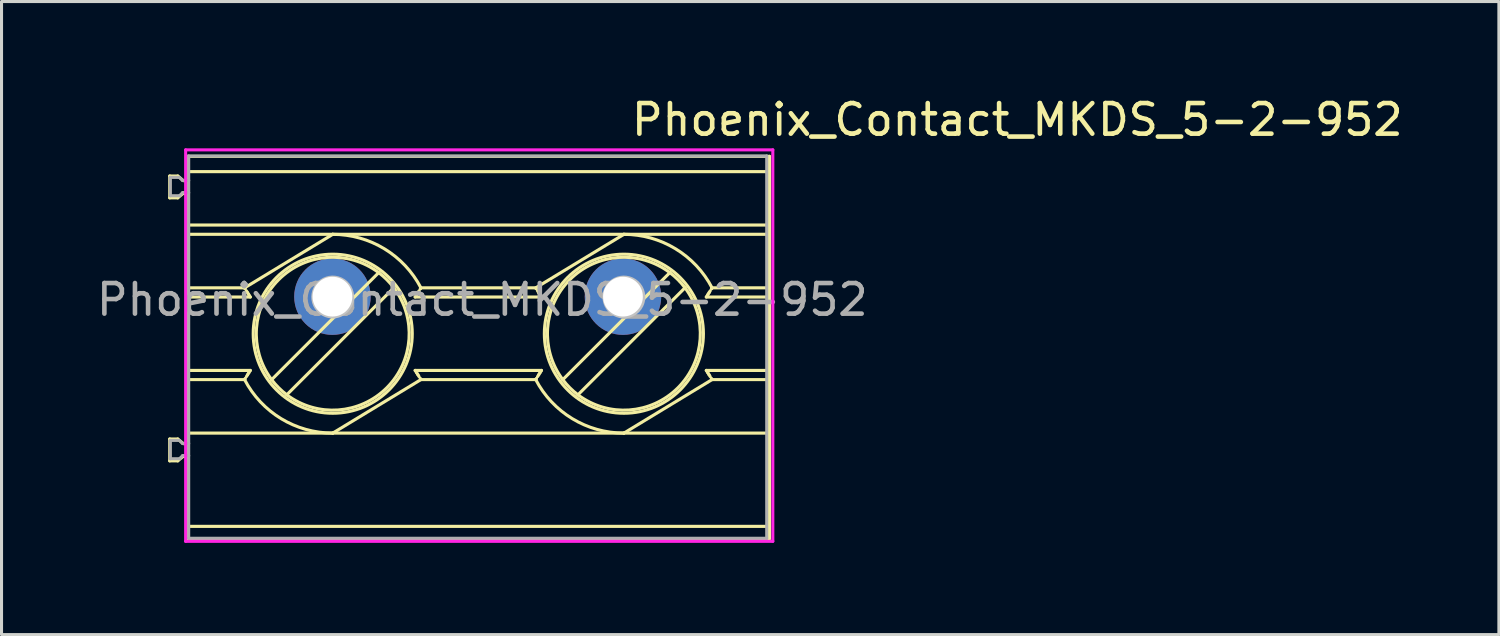
<source format=kicad_pcb>
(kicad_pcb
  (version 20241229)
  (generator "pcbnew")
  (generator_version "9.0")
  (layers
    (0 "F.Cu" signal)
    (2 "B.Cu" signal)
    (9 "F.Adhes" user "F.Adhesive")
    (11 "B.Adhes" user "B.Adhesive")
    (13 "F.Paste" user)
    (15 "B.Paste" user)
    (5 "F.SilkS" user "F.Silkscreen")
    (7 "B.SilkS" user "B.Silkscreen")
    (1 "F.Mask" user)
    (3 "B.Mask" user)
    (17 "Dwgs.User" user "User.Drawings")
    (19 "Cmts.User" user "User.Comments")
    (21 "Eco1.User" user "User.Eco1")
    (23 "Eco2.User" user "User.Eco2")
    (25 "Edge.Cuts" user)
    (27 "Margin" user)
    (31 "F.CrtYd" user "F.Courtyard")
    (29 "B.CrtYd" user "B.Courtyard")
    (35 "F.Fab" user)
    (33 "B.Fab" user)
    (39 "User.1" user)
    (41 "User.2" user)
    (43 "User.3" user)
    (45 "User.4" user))
  (footprint "Phoenix_Contact_MKDS_5-2-952"
    (layer "F.Cu")
    (at 7.82 6.65)
    (property "Reference" "Phoenix_Contact_MKDS_5-2-952" (at 9.7 -5.2 0) (layer "F.SilkS") (effects (font (size 1 1) (thickness 0.15)) (justify left bottom)))
    (attr through_hole)
    (fp_line (start -5.32 -3.945) (end -5.057 -3.945) (stroke (width 0.102) (type solid)) (layer "F.SilkS"))
    (fp_line (start -5.32 -3.231) (end -5.32 -3.945) (stroke (width 0.102) (type solid)) (layer "F.SilkS"))
    (fp_line (start -5.32 5.369) (end -5.32 4.655) (stroke (width 0.102) (type solid)) (layer "F.SilkS"))
    (fp_line (start -5.057 -3.231) (end -5.32 -3.231) (stroke (width 0.102) (type solid)) (layer "F.SilkS"))
    (fp_line (start -5.057 4.655) (end -5.32 4.655) (stroke (width 0.102) (type solid)) (layer "F.SilkS"))
    (fp_line (start -5.057 4.655) (end -4.879 4.805) (stroke (width 0.102) (type solid)) (layer "F.SilkS"))
    (fp_line (start -5.057 5.369) (end -5.32 5.369) (stroke (width 0.102) (type solid)) (layer "F.SilkS"))
    (fp_line (start -4.879 -3.795) (end -5.057 -3.945) (stroke (width 0.102) (type solid)) (layer "F.SilkS"))
    (fp_line (start -4.879 -3.795) (end -4.75 -3.795) (stroke (width 0.102) (type solid)) (layer "F.SilkS"))
    (fp_line (start -4.879 -3.381) (end -5.057 -3.231) (stroke (width 0.102) (type solid)) (layer "F.SilkS"))
    (fp_line (start -4.879 4.805) (end -4.75 4.805) (stroke (width 0.102) (type solid)) (layer "F.SilkS"))
    (fp_line (start -4.879 5.219) (end -5.057 5.369) (stroke (width 0.102) (type solid)) (layer "F.SilkS"))
    (fp_line (start -4.75 -4.588) (end -4.75 -4.088) (stroke (width 0.102) (type solid)) (layer "F.SilkS"))
    (fp_line (start -4.75 -4.588) (end 14.29 -4.588) (stroke (width 0.102) (type solid)) (layer "F.SilkS"))
    (fp_line (start -4.75 -3.795) (end -4.75 -4.088) (stroke (width 0.102) (type solid)) (layer "F.SilkS"))
    (fp_line (start -4.75 -3.381) (end -4.879 -3.381) (stroke (width 0.102) (type solid)) (layer "F.SilkS"))
    (fp_line (start -4.75 -3.381) (end -4.75 -3.795) (stroke (width 0.102) (type solid)) (layer "F.SilkS"))
    (fp_line (start -4.75 -2.342) (end -4.75 -3.381) (stroke (width 0.102) (type solid)) (layer "F.SilkS"))
    (fp_line (start -4.75 -2.038) (end -4.75 -2.342) (stroke (width 0.102) (type solid)) (layer "F.SilkS"))
    (fp_line (start -4.75 -0.288) (end -4.75 -2.038) (stroke (width 0.102) (type solid)) (layer "F.SilkS"))
    (fp_line (start -4.75 -0.288) (end -4.75 0.012) (stroke (width 0.102) (type solid)) (layer "F.SilkS"))
    (fp_line (start -4.75 -0.288) (end -2.873 -0.288) (stroke (width 0.102) (type solid)) (layer "F.SilkS"))
    (fp_line (start -4.75 0.012) (end -4.75 2.412) (stroke (width 0.102) (type solid)) (layer "F.SilkS"))
    (fp_line (start -4.75 0.012) (end -2.685 0.012) (stroke (width 0.102) (type solid)) (layer "F.SilkS"))
    (fp_line (start -4.75 2.712) (end -4.75 2.412) (stroke (width 0.102) (type solid)) (layer "F.SilkS"))
    (fp_line (start -4.75 4.462) (end -4.75 2.712) (stroke (width 0.102) (type solid)) (layer "F.SilkS"))
    (fp_line (start -4.75 4.462) (end 0.01 4.462) (stroke (width 0.102) (type solid)) (layer "F.SilkS"))
    (fp_line (start -4.75 4.805) (end -4.75 4.462) (stroke (width 0.102) (type solid)) (layer "F.SilkS"))
    (fp_line (start -4.75 5.219) (end -4.879 5.219) (stroke (width 0.102) (type solid)) (layer "F.SilkS"))
    (fp_line (start -4.75 5.219) (end -4.75 4.805) (stroke (width 0.102) (type solid)) (layer "F.SilkS"))
    (fp_line (start -4.75 7.512) (end -4.75 5.219) (stroke (width 0.102) (type solid)) (layer "F.SilkS"))
    (fp_line (start -4.75 7.512) (end -4.75 7.912) (stroke (width 0.102) (type solid)) (layer "F.SilkS"))
    (fp_line (start -4.75 7.512) (end 14.29 7.512) (stroke (width 0.102) (type solid)) (layer "F.SilkS"))
    (fp_line (start -2.873 2.712) (end -4.75 2.712) (stroke (width 0.102) (type solid)) (layer "F.SilkS"))
    (fp_line (start -2.867 2.701) (end -2.86 2.689) (stroke (width 0.102) (type solid)) (layer "F.SilkS"))
    (fp_line (start -2.86 2.689) (end -2.852 2.678) (stroke (width 0.102) (type solid)) (layer "F.SilkS"))
    (fp_line (start -2.859 -0.266) (end -2.867 -0.277) (stroke (width 0.102) (type solid)) (layer "F.SilkS"))
    (fp_line (start -2.852 -0.254) (end -2.859 -0.266) (stroke (width 0.102) (type solid)) (layer "F.SilkS"))
    (fp_line (start -2.813 2.615) (end -2.774 2.552) (stroke (width 0.102) (type solid)) (layer "F.SilkS"))
    (fp_line (start -2.774 -0.128) (end -2.813 -0.191) (stroke (width 0.102) (type solid)) (layer "F.SilkS"))
    (fp_line (start -2.774 2.552) (end -2.735 2.49) (stroke (width 0.102) (type solid)) (layer "F.SilkS"))
    (fp_line (start -2.735 -0.066) (end -2.774 -0.128) (stroke (width 0.102) (type solid)) (layer "F.SilkS"))
    (fp_line (start -2.685 2.412) (end -4.75 2.412) (stroke (width 0.102) (type solid)) (layer "F.SilkS"))
    (fp_line (start 0.01 -2.038) (end -4.75 -2.038) (stroke (width 0.102) (type solid)) (layer "F.SilkS"))
    (fp_line (start 0.01 -2.038) (end -2.873 -0.288) (stroke (width 0.102) (type solid)) (layer "F.SilkS"))
    (fp_line (start 0.01 4.462) (end 2.893 2.712) (stroke (width 0.102) (type solid)) (layer "F.SilkS"))
    (fp_line (start 0.01 4.462) (end 9.53 4.462) (stroke (width 0.102) (type solid)) (layer "F.SilkS"))
    (fp_line (start 0.068 0.659) (end -1.988 2.715) (stroke (width 0.102) (type solid)) (layer "F.SilkS"))
    (fp_line (start 1.513 -0.786) (end 0.657 0.07) (stroke (width 0.102) (type solid)) (layer "F.SilkS"))
    (fp_line (start 2.008 -0.291) (end -1.493 3.21) (stroke (width 0.102) (type solid)) (layer "F.SilkS"))
    (fp_line (start 2.705 0.012) (end 6.835 0.012) (stroke (width 0.102) (type solid)) (layer "F.SilkS"))
    (fp_line (start 2.755 2.49) (end 2.794 2.552) (stroke (width 0.102) (type solid)) (layer "F.SilkS"))
    (fp_line (start 2.794 -0.128) (end 2.755 -0.066) (stroke (width 0.102) (type solid)) (layer "F.SilkS"))
    (fp_line (start 2.794 2.552) (end 2.833 2.615) (stroke (width 0.102) (type solid)) (layer "F.SilkS"))
    (fp_line (start 2.833 -0.191) (end 2.794 -0.128) (stroke (width 0.102) (type solid)) (layer "F.SilkS"))
    (fp_line (start 2.872 2.678) (end 2.88 2.689) (stroke (width 0.102) (type solid)) (layer "F.SilkS"))
    (fp_line (start 2.88 -0.266) (end 2.872 -0.254) (stroke (width 0.102) (type solid)) (layer "F.SilkS"))
    (fp_line (start 2.88 2.689) (end 2.887 2.701) (stroke (width 0.102) (type solid)) (layer "F.SilkS"))
    (fp_line (start 2.887 -0.277) (end 2.88 -0.266) (stroke (width 0.102) (type solid)) (layer "F.SilkS"))
    (fp_line (start 2.893 -0.288) (end 6.647 -0.288) (stroke (width 0.102) (type solid)) (layer "F.SilkS"))
    (fp_line (start 6.647 2.712) (end 2.893 2.712) (stroke (width 0.102) (type solid)) (layer "F.SilkS"))
    (fp_line (start 6.653 2.701) (end 6.66 2.689) (stroke (width 0.102) (type solid)) (layer "F.SilkS"))
    (fp_line (start 6.66 2.689) (end 6.668 2.678) (stroke (width 0.102) (type solid)) (layer "F.SilkS"))
    (fp_line (start 6.661 -0.266) (end 6.653 -0.277) (stroke (width 0.102) (type solid)) (layer "F.SilkS"))
    (fp_line (start 6.668 -0.254) (end 6.661 -0.266) (stroke (width 0.102) (type solid)) (layer "F.SilkS"))
    (fp_line (start 6.707 2.615) (end 6.746 2.552) (stroke (width 0.102) (type solid)) (layer "F.SilkS"))
    (fp_line (start 6.746 -0.128) (end 6.707 -0.191) (stroke (width 0.102) (type solid)) (layer "F.SilkS"))
    (fp_line (start 6.746 2.552) (end 6.785 2.49) (stroke (width 0.102) (type solid)) (layer "F.SilkS"))
    (fp_line (start 6.785 -0.066) (end 6.746 -0.128) (stroke (width 0.102) (type solid)) (layer "F.SilkS"))
    (fp_line (start 6.835 2.412) (end 2.705 2.412) (stroke (width 0.102) (type solid)) (layer "F.SilkS"))
    (fp_line (start 9.53 -2.038) (end 0.01 -2.038) (stroke (width 0.102) (type solid)) (layer "F.SilkS"))
    (fp_line (start 9.53 -2.038) (end 6.647 -0.288) (stroke (width 0.102) (type solid)) (layer "F.SilkS"))
    (fp_line (start 9.53 -2.038) (end 14.29 -2.038) (stroke (width 0.102) (type solid)) (layer "F.SilkS"))
    (fp_line (start 9.53 4.462) (end 12.413 2.712) (stroke (width 0.102) (type solid)) (layer "F.SilkS"))
    (fp_line (start 9.53 4.462) (end 14.29 4.462) (stroke (width 0.102) (type solid)) (layer "F.SilkS"))
    (fp_line (start 9.588 0.659) (end 7.532 2.715) (stroke (width 0.102) (type solid)) (layer "F.SilkS"))
    (fp_line (start 11.033 -0.786) (end 10.177 0.07) (stroke (width 0.102) (type solid)) (layer "F.SilkS"))
    (fp_line (start 11.528 -0.291) (end 8.027 3.21) (stroke (width 0.102) (type solid)) (layer "F.SilkS"))
    (fp_line (start 12.225 0.012) (end 14.29 0.012) (stroke (width 0.102) (type solid)) (layer "F.SilkS"))
    (fp_line (start 12.275 2.49) (end 12.314 2.552) (stroke (width 0.102) (type solid)) (layer "F.SilkS"))
    (fp_line (start 12.314 -0.128) (end 12.275 -0.066) (stroke (width 0.102) (type solid)) (layer "F.SilkS"))
    (fp_line (start 12.314 2.552) (end 12.353 2.615) (stroke (width 0.102) (type solid)) (layer "F.SilkS"))
    (fp_line (start 12.353 -0.191) (end 12.314 -0.128) (stroke (width 0.102) (type solid)) (layer "F.SilkS"))
    (fp_line (start 12.392 2.678) (end 12.399 2.689) (stroke (width 0.102) (type solid)) (layer "F.SilkS"))
    (fp_line (start 12.399 -0.266) (end 12.392 -0.254) (stroke (width 0.102) (type solid)) (layer "F.SilkS"))
    (fp_line (start 12.399 2.689) (end 12.407 2.701) (stroke (width 0.102) (type solid)) (layer "F.SilkS"))
    (fp_line (start 12.407 -0.277) (end 12.399 -0.266) (stroke (width 0.102) (type solid)) (layer "F.SilkS"))
    (fp_line (start 12.413 -0.288) (end 14.29 -0.288) (stroke (width 0.102) (type solid)) (layer "F.SilkS"))
    (fp_line (start 14.29 -4.588) (end 14.29 -4.088) (stroke (width 0.102) (type solid)) (layer "F.SilkS"))
    (fp_line (start 14.29 -4.088) (end -4.75 -4.088) (stroke (width 0.102) (type solid)) (layer "F.SilkS"))
    (fp_line (start 14.29 -2.342) (end -4.75 -2.342) (stroke (width 0.102) (type solid)) (layer "F.SilkS"))
    (fp_line (start 14.29 -2.342) (end 14.29 -4.088) (stroke (width 0.102) (type solid)) (layer "F.SilkS"))
    (fp_line (start 14.29 -2.038) (end 14.29 -2.342) (stroke (width 0.102) (type solid)) (layer "F.SilkS"))
    (fp_line (start 14.29 -0.288) (end 14.29 -2.038) (stroke (width 0.102) (type solid)) (layer "F.SilkS"))
    (fp_line (start 14.29 -0.288) (end 14.29 0.012) (stroke (width 0.102) (type solid)) (layer "F.SilkS"))
    (fp_line (start 14.29 2.412) (end 12.225 2.412) (stroke (width 0.102) (type solid)) (layer "F.SilkS"))
    (fp_line (start 14.29 2.412) (end 14.29 0.012) (stroke (width 0.102) (type solid)) (layer "F.SilkS"))
    (fp_line (start 14.29 2.712) (end 12.413 2.712) (stroke (width 0.102) (type solid)) (layer "F.SilkS"))
    (fp_line (start 14.29 2.712) (end 14.29 2.412) (stroke (width 0.102) (type solid)) (layer "F.SilkS"))
    (fp_line (start 14.29 2.712) (end 14.29 4.462) (stroke (width 0.102) (type solid)) (layer "F.SilkS"))
    (fp_line (start 14.29 7.512) (end 14.29 4.462) (stroke (width 0.102) (type solid)) (layer "F.SilkS"))
    (fp_line (start 14.29 7.912) (end -4.75 7.912) (stroke (width 0.102) (type solid)) (layer "F.SilkS"))
    (fp_line (start 14.29 7.912) (end 14.29 7.512) (stroke (width 0.102) (type solid)) (layer "F.SilkS"))
    (fp_arc (start -2.7347 2.4895) (mid -2.709881 2.450698) (end -2.6849 2.412) (stroke (width 0.1016) (type solid)) (layer "F.SilkS"))
    (fp_arc (start -2.6849 0.012) (mid -2.709881 -0.026698) (end -2.7347 -0.0655) (stroke (width 0.1016) (type solid)) (layer "F.SilkS"))
    (fp_arc (start -1.987802 2.714898) (mid -1.757755 -0.555757) (end 1.5129 -0.7858) (stroke (width 0.1016) (type solid)) (layer "F.SilkS"))
    (fp_arc (start -1.4929 3.2098) (mid -1.757758 2.979758) (end -1.9878 2.7149) (stroke (width 0.1016) (type solid)) (layer "F.SilkS"))
    (fp_arc (start 0.01 -2.038) (mid 1.696319 -1.566253) (end 2.8931 -0.288) (stroke (width 0.1016) (type solid)) (layer "F.SilkS"))
    (fp_arc (start 0.010001 4.461999) (mid -1.676318 3.990253) (end -2.8731 2.712) (stroke (width 0.1016) (type solid)) (layer "F.SilkS"))
    (fp_arc (start 1.5129 -0.7858) (mid 1.777751 -0.555751) (end 2.0078 -0.2909) (stroke (width 0.1016) (type solid)) (layer "F.SilkS"))
    (fp_arc (start 2.0078 -0.2909) (mid 1.777755 2.979755) (end -1.4929 3.2098) (stroke (width 0.1016) (type solid)) (layer "F.SilkS"))
    (fp_arc (start 2.7049 2.412) (mid 2.729931 2.450698) (end 2.7548 2.4895) (stroke (width 0.1016) (type solid)) (layer "F.SilkS"))
    (fp_arc (start 2.7548 -0.0655) (mid 2.729931 -0.026698) (end 2.7049 0.012) (stroke (width 0.1016) (type solid)) (layer "F.SilkS"))
    (fp_arc (start 6.7853 2.4895) (mid 6.810119 2.450698) (end 6.8351 2.412) (stroke (width 0.1016) (type solid)) (layer "F.SilkS"))
    (fp_arc (start 6.8351 0.012) (mid 6.810119 -0.026698) (end 6.7853 -0.0655) (stroke (width 0.1016) (type solid)) (layer "F.SilkS"))
    (fp_arc (start 7.532198 2.714898) (mid 7.762245 -0.555757) (end 11.0329 -0.7858) (stroke (width 0.1016) (type solid)) (layer "F.SilkS"))
    (fp_arc (start 8.0271 3.2098) (mid 7.762246 2.979754) (end 7.5322 2.7149) (stroke (width 0.1016) (type solid)) (layer "F.SilkS"))
    (fp_arc (start 9.53 -2.038) (mid 11.216319 -1.566253) (end 12.4131 -0.288) (stroke (width 0.1016) (type solid)) (layer "F.SilkS"))
    (fp_arc (start 9.530001 4.461999) (mid 7.843682 3.990253) (end 6.6469 2.712) (stroke (width 0.1016) (type solid)) (layer "F.SilkS"))
    (fp_arc (start 11.0329 -0.7858) (mid 11.297751 -0.555751) (end 11.5278 -0.2909) (stroke (width 0.1016) (type solid)) (layer "F.SilkS"))
    (fp_arc (start 11.5278 -0.2909) (mid 11.297755 2.979755) (end 8.0271 3.2098) (stroke (width 0.1016) (type solid)) (layer "F.SilkS"))
    (fp_arc (start 12.2249 2.412) (mid 12.249931 2.450698) (end 12.2748 2.4895) (stroke (width 0.1016) (type solid)) (layer "F.SilkS"))
    (fp_arc (start 12.2748 -0.0655) (mid 12.249931 -0.026698) (end 12.2249 0.012) (stroke (width 0.1016) (type solid)) (layer "F.SilkS"))
    (fp_circle (center 0.01 1.212) (end 2.61 1.212) (stroke (width 0.102) (type solid)) (fill no) (layer "F.SilkS"))
    (fp_circle (center 9.53 1.212) (end 12.13 1.212) (stroke (width 0.102) (type solid)) (fill no) (layer "F.SilkS"))
    (fp_line (start 0.657 0.07) (end 0.068 0.659) (stroke (width 0.102) (type solid)) (layer "Dwgs.User"))
    (fp_line (start 10.177 0.07) (end 9.588 0.659) (stroke (width 0.102) (type solid)) (layer "Dwgs.User"))
    (fp_arc (start 0.067598 0.6594) (mid -0.44959 -0.447592) (end 0.6574 0.0696) (stroke (width 0.1016) (type solid)) (layer "Dwgs.User"))
    (fp_arc (start 0.6574 0.069598) (mid 0.46959 0.471588) (end 0.0676 0.6594) (stroke (width 0.1016) (type solid)) (layer "Dwgs.User"))
    (fp_arc (start 9.587598 0.6594) (mid 9.07041 -0.447592) (end 10.1774 0.0696) (stroke (width 0.1016) (type solid)) (layer "Dwgs.User"))
    (fp_arc (start 10.1774 0.069598) (mid 9.98959 0.471588) (end 9.5876 0.6594) (stroke (width 0.1016) (type solid)) (layer "Dwgs.User"))
    (fp_line (start -4.8 -4.8) (end 14.4 -4.8) (stroke (width 0.1) (type solid)) (layer "F.CrtYd"))
    (fp_line (start -4.8 8) (end -4.8 -4.8) (stroke (width 0.1) (type solid)) (layer "F.CrtYd"))
    (fp_line (start 14.4 -4.8) (end 14.4 8) (stroke (width 0.1) (type solid)) (layer "F.CrtYd"))
    (fp_line (start 14.4 8) (end -4.8 8) (stroke (width 0.1) (type solid)) (layer "F.CrtYd"))
    (fp_line (start -5.3 -3.9) (end -5.3 -3.3) (stroke (width 0.1) (type solid)) (layer "F.Fab"))
    (fp_line (start -5.3 -3.3) (end -5 -3.3) (stroke (width 0.1) (type solid)) (layer "F.Fab"))
    (fp_line (start -5.3 4.7) (end -5.3 5.3) (stroke (width 0.1) (type solid)) (layer "F.Fab"))
    (fp_line (start -5.3 5.3) (end -5 5.3) (stroke (width 0.1) (type solid)) (layer "F.Fab"))
    (fp_line (start -5 -3.9) (end -5.3 -3.9) (stroke (width 0.1) (type solid)) (layer "F.Fab"))
    (fp_line (start -5 -3.3) (end -4.9 -3.4) (stroke (width 0.1) (type solid)) (layer "F.Fab"))
    (fp_line (start -5 4.7) (end -5.3 4.7) (stroke (width 0.1) (type solid)) (layer "F.Fab"))
    (fp_line (start -5 5.3) (end -4.9 5.2) (stroke (width 0.1) (type solid)) (layer "F.Fab"))
    (fp_line (start -4.9 -3.8) (end -5 -3.9) (stroke (width 0.1) (type solid)) (layer "F.Fab"))
    (fp_line (start -4.9 -3.4) (end -4.7 -3.4) (stroke (width 0.1) (type solid)) (layer "F.Fab"))
    (fp_line (start -4.9 4.8) (end -5 4.7) (stroke (width 0.1) (type solid)) (layer "F.Fab"))
    (fp_line (start -4.9 5.2) (end -4.7 5.2) (stroke (width 0.1) (type solid)) (layer "F.Fab"))
    (fp_line (start -4.7 -4.6) (end 14.2 -4.6) (stroke (width 0.1) (type solid)) (layer "F.Fab"))
    (fp_line (start -4.7 -3.8) (end -4.9 -3.8) (stroke (width 0.1) (type solid)) (layer "F.Fab"))
    (fp_line (start -4.7 4.8) (end -4.9 4.8) (stroke (width 0.1) (type solid)) (layer "F.Fab"))
    (fp_line (start -4.7 7.9) (end -4.7 -4.6) (stroke (width 0.1) (type solid)) (layer "F.Fab"))
    (fp_line (start 14.2 -4.6) (end 14.2 7.9) (stroke (width 0.1) (type solid)) (layer "F.Fab"))
    (fp_line (start 14.2 7.9) (end -4.7 7.9) (stroke (width 0.1) (type solid)) (layer "F.Fab"))
    (fp_text user "${REFERENCE}" (at 4.9 0.1 0) (layer "F.Fab") (effects (font (size 1 1) (thickness 0.15))))
    (pad "1" thru_hole circle (at 0 0) (size 2.5 2.5) (drill 1.3) (layers "*.Cu" "*.Mask"))
    (pad "2" thru_hole circle (at 9.5 0) (size 2.5 2.5) (drill 1.3) (layers "*.Cu" "*.Mask")))
  (gr_rect
    (start -3 -3)
    (end 45.961 17.7)
    (stroke (width 0.1) (type default))
    (fill no)
    (layer "Edge.Cuts")))
</source>
